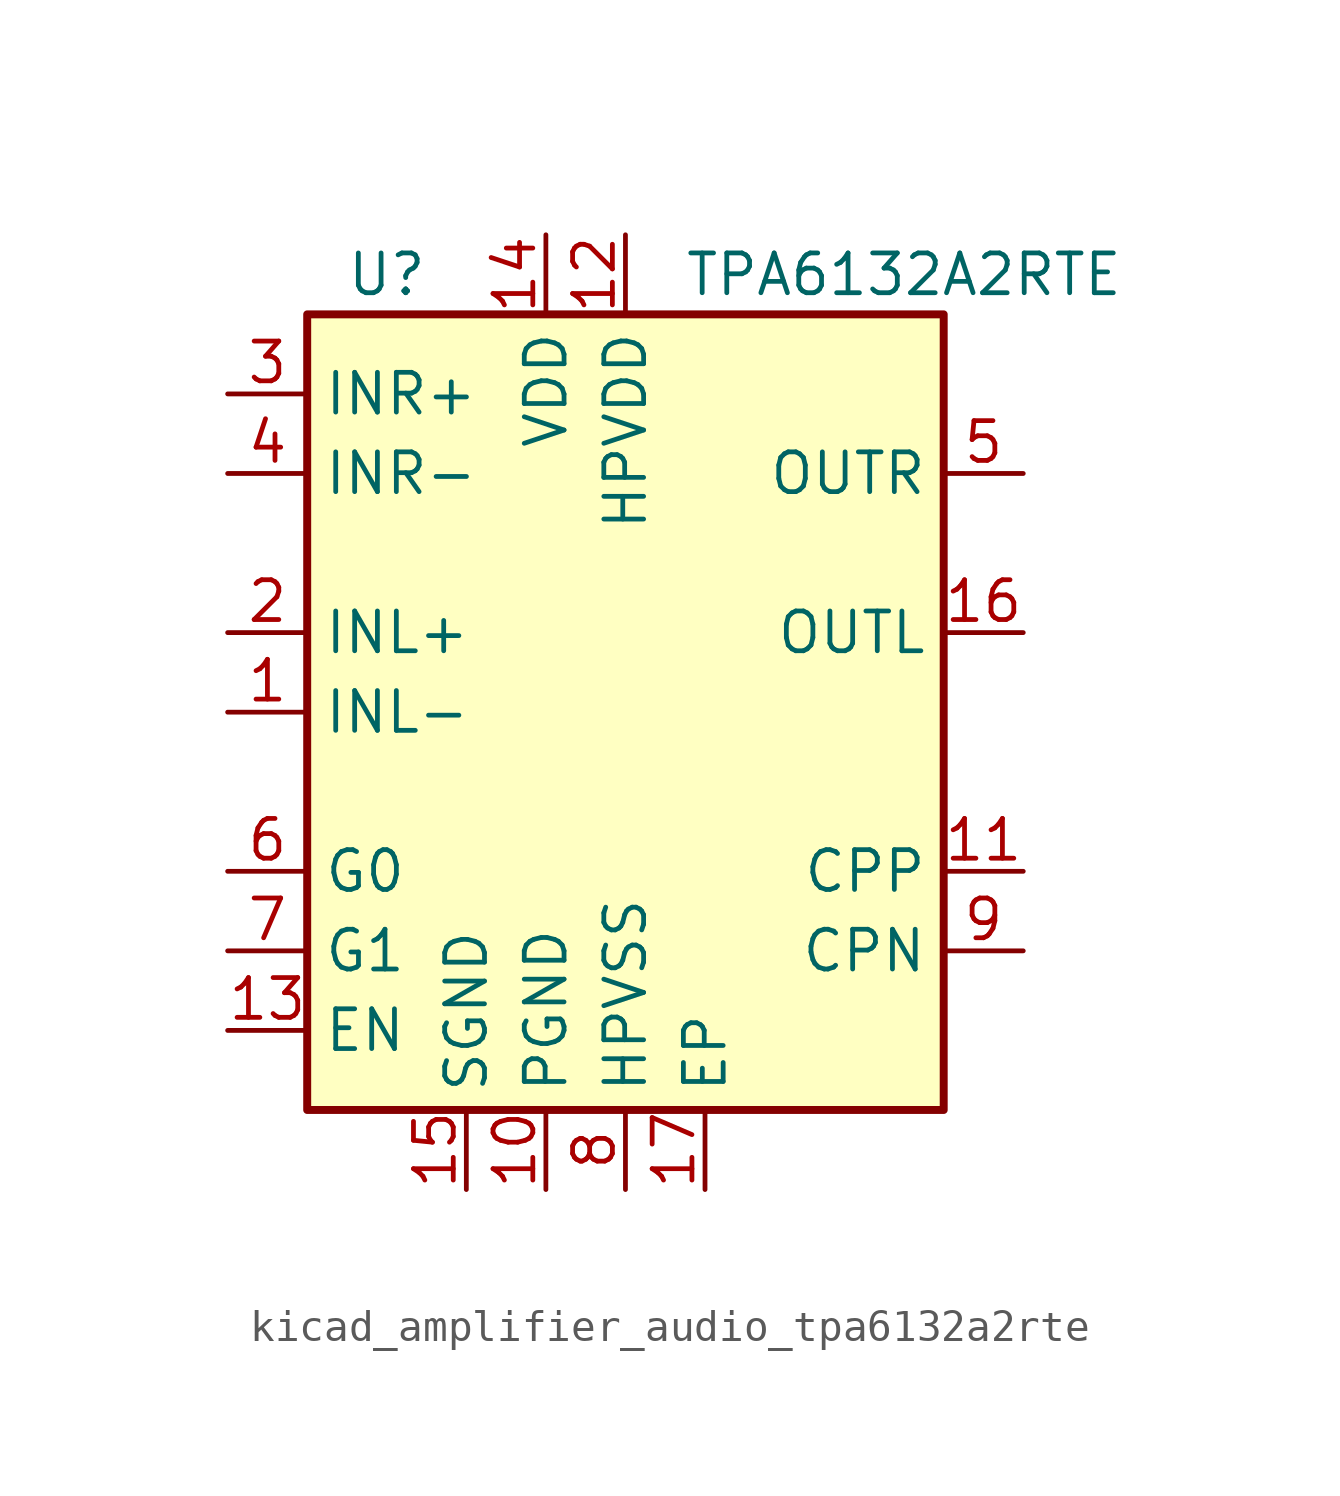
<source format=kicad_sym>
(kicad_symbol_lib
  (version 20220914)
  (generator kicad_symbol_editor)
  (symbol "kicad_amplifier_audio_tpa6132a2rte"
    (property "Reference" "U"
      (at -7.62 13.97 0)
      (effects (font (size 1.27 1.27))))
    (property "Value" "TPA6132A2RTE"
      (at 8.89 13.97 0)
      (effects (font (size 1.27 1.27))))
    (symbol "kicad_amplifier_audio_tpa6132a2rte_0_1"
      (rectangle (start -10.16 12.7) (end 10.16 -12.7) (stroke (width 0.254) (type default)) (fill (type background))))
    (symbol "kicad_amplifier_audio_tpa6132a2rte_1_1"
      (pin input line (at -12.7 0 0) (length 2.54) (name "INL-" (effects (font (size 1.27 1.27)))) (number "1" (effects (font (size 1.27 1.27)))))
      (pin power_in line (at -2.54 -15.24 90) (length 2.54) (name "PGND" (effects (font (size 1.27 1.27)))) (number "10" (effects (font (size 1.27 1.27)))))
      (pin passive line (at 12.7 -5.08 180) (length 2.54) (name "CPP" (effects (font (size 1.27 1.27)))) (number "11" (effects (font (size 1.27 1.27)))))
      (pin power_in line (at 0 15.24 270) (length 2.54) (name "HPVDD" (effects (font (size 1.27 1.27)))) (number "12" (effects (font (size 1.27 1.27)))))
      (pin input line (at -12.7 -10.16 0) (length 2.54) (name "EN" (effects (font (size 1.27 1.27)))) (number "13" (effects (font (size 1.27 1.27)))))
      (pin power_in line (at -2.54 15.24 270) (length 2.54) (name "VDD" (effects (font (size 1.27 1.27)))) (number "14" (effects (font (size 1.27 1.27)))))
      (pin power_in line (at -5.08 -15.24 90) (length 2.54) (name "SGND" (effects (font (size 1.27 1.27)))) (number "15" (effects (font (size 1.27 1.27)))))
      (pin output line (at 12.7 2.54 180) (length 2.54) (name "OUTL" (effects (font (size 1.27 1.27)))) (number "16" (effects (font (size 1.27 1.27)))))
      (pin passive line (at 2.54 -15.24 90) (length 2.54) (name "EP" (effects (font (size 1.27 1.27)))) (number "17" (effects (font (size 1.27 1.27)))))
      (pin input line (at -12.7 2.54 0) (length 2.54) (name "INL+" (effects (font (size 1.27 1.27)))) (number "2" (effects (font (size 1.27 1.27)))))
      (pin input line (at -12.7 10.16 0) (length 2.54) (name "INR+" (effects (font (size 1.27 1.27)))) (number "3" (effects (font (size 1.27 1.27)))))
      (pin input line (at -12.7 7.62 0) (length 2.54) (name "INR-" (effects (font (size 1.27 1.27)))) (number "4" (effects (font (size 1.27 1.27)))))
      (pin output line (at 12.7 7.62 180) (length 2.54) (name "OUTR" (effects (font (size 1.27 1.27)))) (number "5" (effects (font (size 1.27 1.27)))))
      (pin input line (at -12.7 -5.08 0) (length 2.54) (name "G0" (effects (font (size 1.27 1.27)))) (number "6" (effects (font (size 1.27 1.27)))))
      (pin input line (at -12.7 -7.62 0) (length 2.54) (name "G1" (effects (font (size 1.27 1.27)))) (number "7" (effects (font (size 1.27 1.27)))))
      (pin power_in line (at 0 -15.24 90) (length 2.54) (name "HPVSS" (effects (font (size 1.27 1.27)))) (number "8" (effects (font (size 1.27 1.27)))))
      (pin passive line (at 12.7 -7.62 180) (length 2.54) (name "CPN" (effects (font (size 1.27 1.27)))) (number "9" (effects (font (size 1.27 1.27))))))))
</source>
